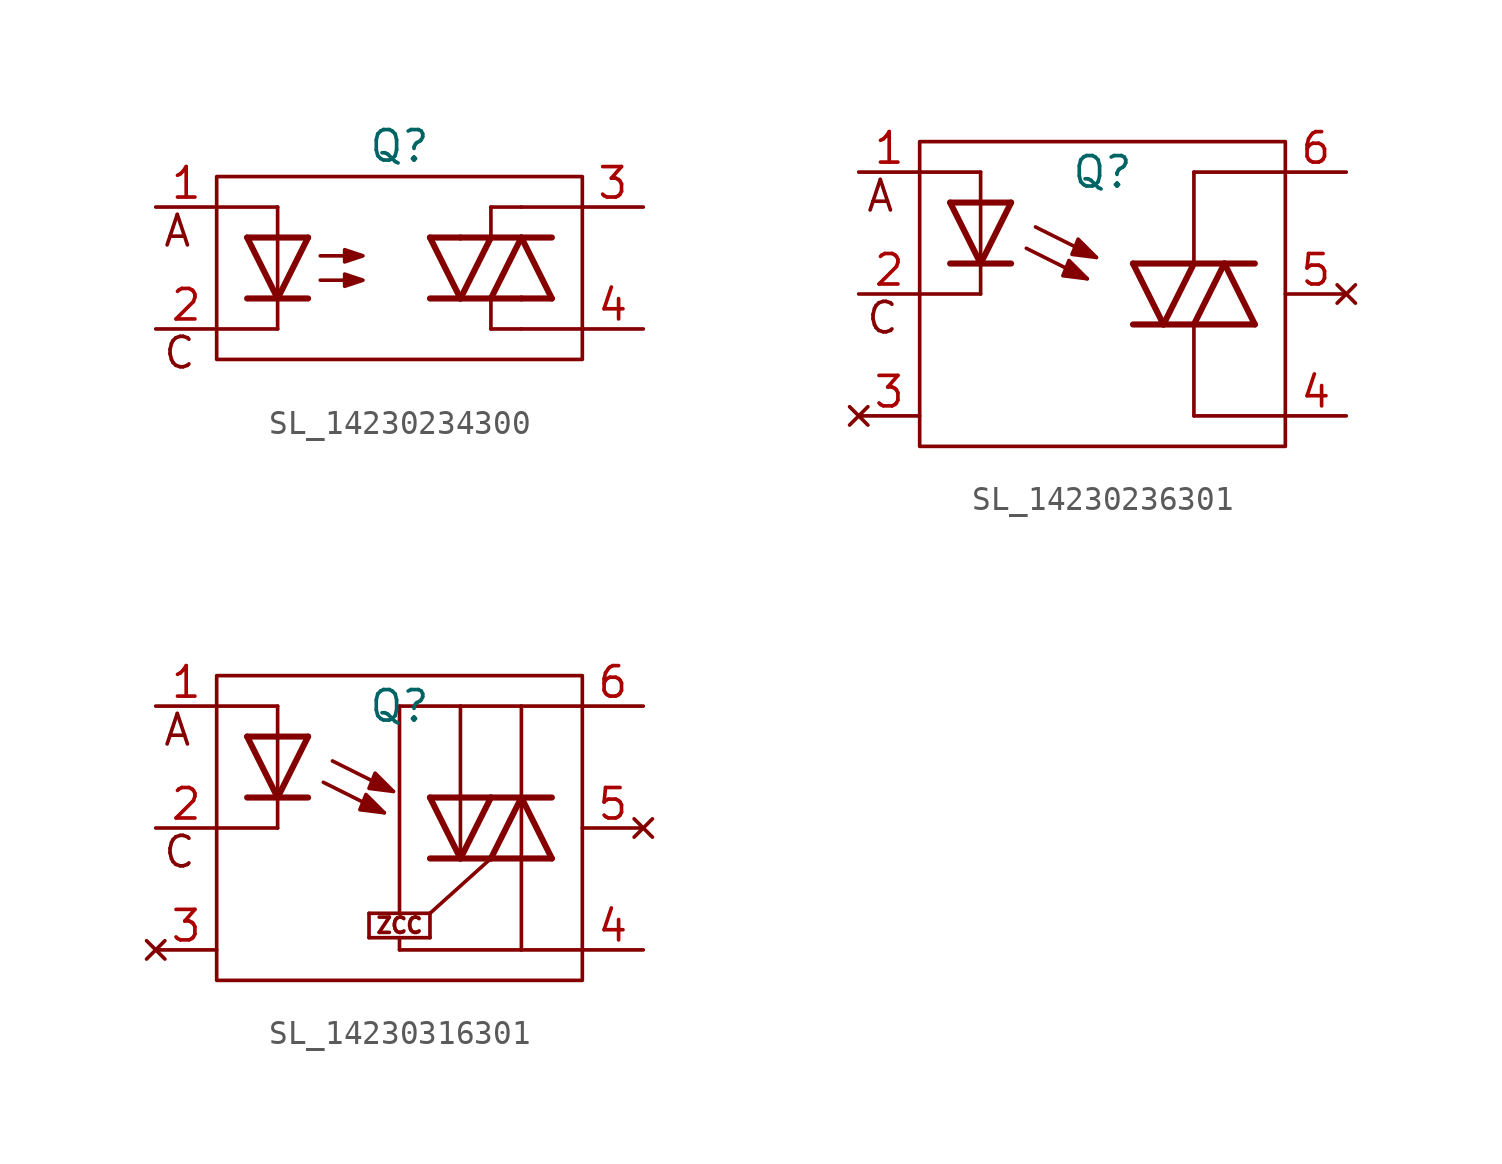
<source format=kicad_sym>
(kicad_symbol_lib
  (version 20220914)
  (generator kicad_symbol_editor)
  (symbol "SL_14230234300"
    (pin_names hide)
    (property "Reference" "Q"
      (at 0 5.08 0)
      (effects (font (size 1.27 1.27))))
    (symbol "SL_14230234300_0_0"
      (rectangle (start -7.62 3.81) (end 7.62 -3.81) (stroke (width 0) (type default)) (fill (type none)))
      (polyline (pts (xy -5.08 -2.54) (xy -7.62 -2.54)) (stroke (width 0.152) (type default)) (fill (type none)))
      (polyline (pts (xy -5.08 -1.27) (xy -6.35 -1.27)) (stroke (width 0.254) (type default)) (fill (type none)))
      (polyline (pts (xy -5.08 -1.27) (xy -6.35 1.27)) (stroke (width 0.254) (type default)) (fill (type none)))
      (polyline (pts (xy -5.08 -1.27) (xy -5.08 -2.54)) (stroke (width 0.152) (type default)) (fill (type none)))
      (polyline (pts (xy -5.08 1.27) (xy -6.35 1.27)) (stroke (width 0.254) (type default)) (fill (type none)))
      (polyline (pts (xy -5.08 1.27) (xy -5.08 -1.27)) (stroke (width 0.152) (type default)) (fill (type none)))
      (polyline (pts (xy -5.08 1.27) (xy -5.08 2.54)) (stroke (width 0.152) (type default)) (fill (type none)))
      (polyline (pts (xy -5.08 2.54) (xy -7.62 2.54)) (stroke (width 0.152) (type default)) (fill (type none)))
      (polyline (pts (xy -3.81 -1.27) (xy -5.08 -1.27)) (stroke (width 0.254) (type default)) (fill (type none)))
      (polyline (pts (xy -3.81 1.27) (xy -5.08 -1.27)) (stroke (width 0.254) (type default)) (fill (type none)))
      (polyline (pts (xy -3.81 1.27) (xy -5.08 1.27)) (stroke (width 0.254) (type default)) (fill (type none)))
      (polyline (pts (xy -3.302 -0.508) (xy -2.032 -0.508)) (stroke (width 0.152) (type default)) (fill (type none)))
      (polyline (pts (xy -3.302 0.508) (xy -2.032 0.508)) (stroke (width 0.152) (type default)) (fill (type none)))
      (polyline (pts (xy 2.54 -1.27) (xy 1.27 -1.27)) (stroke (width 0.254) (type default)) (fill (type none)))
      (polyline (pts (xy 2.54 -1.27) (xy 1.27 1.27)) (stroke (width 0.254) (type default)) (fill (type none)))
      (polyline (pts (xy 2.54 1.27) (xy 1.27 1.27)) (stroke (width 0.254) (type default)) (fill (type none)))
      (polyline (pts (xy 3.81 -2.54) (xy 5.08 -2.54)) (stroke (width 0.152) (type default)) (fill (type none)))
      (polyline (pts (xy 3.81 -1.27) (xy 2.54 -1.27)) (stroke (width 0.254) (type default)) (fill (type none)))
      (polyline (pts (xy 3.81 -1.27) (xy 3.81 -2.54)) (stroke (width 0.152) (type default)) (fill (type none)))
      (polyline (pts (xy 3.81 -1.27) (xy 5.08 -1.27)) (stroke (width 0.254) (type default)) (fill (type none)))
      (polyline (pts (xy 3.81 -1.27) (xy 5.08 1.27)) (stroke (width 0.254) (type default)) (fill (type none)))
      (polyline (pts (xy 3.81 1.27) (xy 2.54 -1.27)) (stroke (width 0.254) (type default)) (fill (type none)))
      (polyline (pts (xy 3.81 1.27) (xy 2.54 1.27)) (stroke (width 0.254) (type default)) (fill (type none)))
      (polyline (pts (xy 3.81 1.27) (xy 3.81 2.54)) (stroke (width 0.152) (type default)) (fill (type none)))
      (polyline (pts (xy 3.81 1.27) (xy 5.08 1.27)) (stroke (width 0.254) (type default)) (fill (type none)))
      (polyline (pts (xy 5.08 -1.27) (xy 6.35 -1.27)) (stroke (width 0.254) (type default)) (fill (type none)))
      (polyline (pts (xy 5.08 1.27) (xy 6.35 -1.27)) (stroke (width 0.254) (type default)) (fill (type none)))
      (polyline (pts (xy 5.08 1.27) (xy 6.35 1.27)) (stroke (width 0.254) (type default)) (fill (type none)))
      (polyline (pts (xy 5.08 2.54) (xy 3.81 2.54)) (stroke (width 0.152) (type default)) (fill (type none)))
      (polyline (pts (xy 7.62 -2.54) (xy 5.08 -2.54)) (stroke (width 0.152) (type default)) (fill (type none)))
      (polyline (pts (xy 7.62 2.54) (xy 5.08 2.54)) (stroke (width 0.152) (type default)) (fill (type none)))
      (polyline (pts (xy -2.286 -0.254) (xy -1.524 -0.508) (xy -2.286 -0.762) (xy -2.286 -0.254)) (stroke (width 0.152) (type default)) (fill (type outline)))
      (polyline (pts (xy -2.286 0.762) (xy -1.524 0.508) (xy -2.286 0.254) (xy -2.286 0.762)) (stroke (width 0.152) (type default)) (fill (type outline)))
      (text "A" (at -9.906 2.286 0) (effects (font (size 1.27 1.27)) (justify left top)))
      (text "C" (at -9.906 -2.794 0) (effects (font (size 1.27 1.27)) (justify left top))))
    (symbol "SL_14230234300_1_0"
      (pin passive line (at -10.16 2.54 0) (length 2.54) (name "Anode" (effects (font (size 1.27 1.27)))) (number "1" (effects (font (size 1.27 1.27)))))
      (pin passive line (at -10.16 -2.54 0) (length 2.54) (name "Cathode" (effects (font (size 1.27 1.27)))) (number "2" (effects (font (size 1.27 1.27)))))
      (pin passive line (at 10.16 2.54 180) (length 2.54) (name "Teminal" (effects (font (size 1.27 1.27)))) (number "3" (effects (font (size 1.27 1.27)))))
      (pin passive line (at 10.16 -2.54 180) (length 2.54) (name "Teminal" (effects (font (size 1.27 1.27)))) (number "4" (effects (font (size 1.27 1.27)))))))
  (symbol "SL_14230236301"
    (pin_names hide)
    (property "Reference" "Q"
      (at 0 5.08 0)
      (effects (font (size 1.27 1.27))))
    (symbol "SL_14230236301_0_0"
      (rectangle (start -7.62 6.35) (end 7.62 -6.35) (stroke (width 0) (type default)) (fill (type none)))
      (polyline (pts (xy -5.08 0) (xy -7.62 0)) (stroke (width 0.152) (type default)) (fill (type none)))
      (polyline (pts (xy -5.08 1.27) (xy -6.35 1.27)) (stroke (width 0.254) (type default)) (fill (type none)))
      (polyline (pts (xy -5.08 1.27) (xy -6.35 3.81)) (stroke (width 0.254) (type default)) (fill (type none)))
      (polyline (pts (xy -5.08 1.27) (xy -5.08 0)) (stroke (width 0.152) (type default)) (fill (type none)))
      (polyline (pts (xy -5.08 3.81) (xy -6.35 3.81)) (stroke (width 0.254) (type default)) (fill (type none)))
      (polyline (pts (xy -5.08 3.81) (xy -5.08 1.27)) (stroke (width 0.152) (type default)) (fill (type none)))
      (polyline (pts (xy -5.08 3.81) (xy -5.08 5.08)) (stroke (width 0.152) (type default)) (fill (type none)))
      (polyline (pts (xy -5.08 5.08) (xy -7.62 5.08)) (stroke (width 0.152) (type default)) (fill (type none)))
      (polyline (pts (xy -3.81 1.27) (xy -5.08 1.27)) (stroke (width 0.254) (type default)) (fill (type none)))
      (polyline (pts (xy -3.81 3.81) (xy -5.08 1.27)) (stroke (width 0.254) (type default)) (fill (type none)))
      (polyline (pts (xy -3.81 3.81) (xy -5.08 3.81)) (stroke (width 0.254) (type default)) (fill (type none)))
      (polyline (pts (xy -3.175 1.905) (xy -0.635 0.635)) (stroke (width 0.152) (type default)) (fill (type none)))
      (polyline (pts (xy -2.794 2.794) (xy -0.254 1.524)) (stroke (width 0.152) (type default)) (fill (type none)))
      (polyline (pts (xy 2.54 -1.27) (xy 1.27 -1.27)) (stroke (width 0.254) (type default)) (fill (type none)))
      (polyline (pts (xy 2.54 -1.27) (xy 1.27 1.27)) (stroke (width 0.254) (type default)) (fill (type none)))
      (polyline (pts (xy 3.81 -1.27) (xy 2.54 -1.27)) (stroke (width 0.254) (type default)) (fill (type none)))
      (polyline (pts (xy 3.81 -1.27) (xy 3.81 -5.08)) (stroke (width 0.152) (type default)) (fill (type none)))
      (polyline (pts (xy 3.81 -1.27) (xy 5.08 1.27)) (stroke (width 0.254) (type default)) (fill (type none)))
      (polyline (pts (xy 3.81 -1.27) (xy 6.35 -1.27)) (stroke (width 0.254) (type default)) (fill (type none)))
      (polyline (pts (xy 3.81 1.27) (xy 1.27 1.27)) (stroke (width 0.254) (type default)) (fill (type none)))
      (polyline (pts (xy 3.81 1.27) (xy 2.54 -1.27)) (stroke (width 0.254) (type default)) (fill (type none)))
      (polyline (pts (xy 3.81 1.27) (xy 3.81 5.08)) (stroke (width 0.152) (type default)) (fill (type none)))
      (polyline (pts (xy 3.81 1.27) (xy 5.08 1.27)) (stroke (width 0.254) (type default)) (fill (type none)))
      (polyline (pts (xy 5.08 1.27) (xy 6.35 -1.27)) (stroke (width 0.254) (type default)) (fill (type none)))
      (polyline (pts (xy 5.08 1.27) (xy 6.35 1.27)) (stroke (width 0.254) (type default)) (fill (type none)))
      (polyline (pts (xy 7.62 -5.08) (xy 3.81 -5.08)) (stroke (width 0.152) (type default)) (fill (type none)))
      (polyline (pts (xy 7.62 5.08) (xy 3.81 5.08)) (stroke (width 0.152) (type default)) (fill (type none)))
      (polyline (pts (xy -1.397 1.397) (xy -0.635 0.635) (xy -1.651 0.762) (xy -1.397 1.397)) (stroke (width 0.152) (type default)) (fill (type outline)))
      (polyline (pts (xy -1.016 2.286) (xy -0.254 1.524) (xy -1.27 1.651) (xy -1.016 2.286)) (stroke (width 0.152) (type default)) (fill (type outline)))
      (text "A" (at -9.906 4.826 0) (effects (font (size 1.27 1.27)) (justify left top)))
      (text "C" (at -9.906 -0.254 0) (effects (font (size 1.27 1.27)) (justify left top))))
    (symbol "SL_14230236301_1_0"
      (pin passive line (at -10.16 5.08 0) (length 2.54) (name "Anode" (effects (font (size 1.27 1.27)))) (number "1" (effects (font (size 1.27 1.27)))))
      (pin passive line (at -10.16 0 0) (length 2.54) (name "Cathode" (effects (font (size 1.27 1.27)))) (number "2" (effects (font (size 1.27 1.27)))))
      (pin no_connect line (at -10.16 -5.08 0) (length 2.54) (name "NC" (effects (font (size 1.27 1.27)))) (number "3" (effects (font (size 1.27 1.27)))))
      (pin passive line (at 10.16 -5.08 180) (length 2.54) (name "Teminal" (effects (font (size 1.27 1.27)))) (number "4" (effects (font (size 1.27 1.27)))))
      (pin no_connect line (at 10.16 0 180) (length 2.54) (name "NC" (effects (font (size 1.27 1.27)))) (number "5" (effects (font (size 1.27 1.27)))))
      (pin passive line (at 10.16 5.08 180) (length 2.54) (name "Teminal" (effects (font (size 1.27 1.27)))) (number "6" (effects (font (size 1.27 1.27)))))))
  (symbol "SL_14230316301"
    (pin_names hide)
    (property "Reference" "Q"
      (at 0 5.08 0)
      (effects (font (size 1.27 1.27))))
    (symbol "SL_14230316301_0_0"
      (rectangle (start -7.62 6.35) (end 7.62 -6.35) (stroke (width 0) (type default)) (fill (type none)))
      (polyline (pts (xy -5.08 0) (xy -7.62 0)) (stroke (width 0.152) (type default)) (fill (type none)))
      (polyline (pts (xy -5.08 1.27) (xy -6.35 1.27)) (stroke (width 0.254) (type default)) (fill (type none)))
      (polyline (pts (xy -5.08 1.27) (xy -6.35 3.81)) (stroke (width 0.254) (type default)) (fill (type none)))
      (polyline (pts (xy -5.08 1.27) (xy -5.08 0)) (stroke (width 0.152) (type default)) (fill (type none)))
      (polyline (pts (xy -5.08 3.81) (xy -6.35 3.81)) (stroke (width 0.254) (type default)) (fill (type none)))
      (polyline (pts (xy -5.08 3.81) (xy -5.08 1.27)) (stroke (width 0.152) (type default)) (fill (type none)))
      (polyline (pts (xy -5.08 3.81) (xy -5.08 5.08)) (stroke (width 0.152) (type default)) (fill (type none)))
      (polyline (pts (xy -5.08 5.08) (xy -7.62 5.08)) (stroke (width 0.152) (type default)) (fill (type none)))
      (polyline (pts (xy -3.81 1.27) (xy -5.08 1.27)) (stroke (width 0.254) (type default)) (fill (type none)))
      (polyline (pts (xy -3.81 3.81) (xy -5.08 1.27)) (stroke (width 0.254) (type default)) (fill (type none)))
      (polyline (pts (xy -3.81 3.81) (xy -5.08 3.81)) (stroke (width 0.254) (type default)) (fill (type none)))
      (polyline (pts (xy -3.175 1.905) (xy -0.635 0.635)) (stroke (width 0.152) (type default)) (fill (type none)))
      (polyline (pts (xy -2.794 2.794) (xy -0.254 1.524)) (stroke (width 0.152) (type default)) (fill (type none)))
      (polyline (pts (xy -1.27 -4.572) (xy -1.27 -3.556)) (stroke (width 0.152) (type default)) (fill (type none)))
      (polyline (pts (xy -1.27 -3.556) (xy 0 -3.556)) (stroke (width 0.152) (type default)) (fill (type none)))
      (polyline (pts (xy 0 -5.08) (xy 5.08 -5.08)) (stroke (width 0.152) (type default)) (fill (type none)))
      (polyline (pts (xy 0 -4.572) (xy -1.27 -4.572)) (stroke (width 0.152) (type default)) (fill (type none)))
      (polyline (pts (xy 0 -4.572) (xy 0 -5.08)) (stroke (width 0.152) (type default)) (fill (type none)))
      (polyline (pts (xy 0 -3.556) (xy 1.27 -3.556)) (stroke (width 0.152) (type default)) (fill (type none)))
      (polyline (pts (xy 0 5.08) (xy 0 -3.556)) (stroke (width 0.152) (type default)) (fill (type none)))
      (polyline (pts (xy 1.27 -4.572) (xy 0 -4.572)) (stroke (width 0.152) (type default)) (fill (type none)))
      (polyline (pts (xy 1.27 -3.556) (xy 1.27 -4.572)) (stroke (width 0.152) (type default)) (fill (type none)))
      (polyline (pts (xy 1.27 -3.556) (xy 3.81 -1.27)) (stroke (width 0.152) (type default)) (fill (type none)))
      (polyline (pts (xy 2.54 -1.27) (xy 1.27 -1.27)) (stroke (width 0.254) (type default)) (fill (type none)))
      (polyline (pts (xy 2.54 -1.27) (xy 1.27 1.27)) (stroke (width 0.254) (type default)) (fill (type none)))
      (polyline (pts (xy 2.54 1.27) (xy 1.27 1.27)) (stroke (width 0.254) (type default)) (fill (type none)))
      (polyline (pts (xy 2.54 1.27) (xy 2.54 -1.27)) (stroke (width 0.152) (type default)) (fill (type none)))
      (polyline (pts (xy 2.54 1.27) (xy 2.54 5.08)) (stroke (width 0.152) (type default)) (fill (type none)))
      (polyline (pts (xy 2.54 5.08) (xy 0 5.08)) (stroke (width 0.152) (type default)) (fill (type none)))
      (polyline (pts (xy 3.81 -1.27) (xy 2.54 -1.27)) (stroke (width 0.254) (type default)) (fill (type none)))
      (polyline (pts (xy 3.81 -1.27) (xy 5.08 -1.27)) (stroke (width 0.254) (type default)) (fill (type none)))
      (polyline (pts (xy 3.81 -1.27) (xy 5.08 1.27)) (stroke (width 0.254) (type default)) (fill (type none)))
      (polyline (pts (xy 3.81 1.27) (xy 2.54 -1.27)) (stroke (width 0.254) (type default)) (fill (type none)))
      (polyline (pts (xy 3.81 1.27) (xy 2.54 1.27)) (stroke (width 0.254) (type default)) (fill (type none)))
      (polyline (pts (xy 3.81 1.27) (xy 5.08 1.27)) (stroke (width 0.254) (type default)) (fill (type none)))
      (polyline (pts (xy 5.08 -1.27) (xy 5.08 -5.08)) (stroke (width 0.152) (type default)) (fill (type none)))
      (polyline (pts (xy 5.08 -1.27) (xy 5.08 1.27)) (stroke (width 0.152) (type default)) (fill (type none)))
      (polyline (pts (xy 5.08 -1.27) (xy 6.35 -1.27)) (stroke (width 0.254) (type default)) (fill (type none)))
      (polyline (pts (xy 5.08 1.27) (xy 5.08 5.08)) (stroke (width 0.152) (type default)) (fill (type none)))
      (polyline (pts (xy 5.08 1.27) (xy 6.35 -1.27)) (stroke (width 0.254) (type default)) (fill (type none)))
      (polyline (pts (xy 5.08 1.27) (xy 6.35 1.27)) (stroke (width 0.254) (type default)) (fill (type none)))
      (polyline (pts (xy 5.08 5.08) (xy 2.54 5.08)) (stroke (width 0.152) (type default)) (fill (type none)))
      (polyline (pts (xy 7.62 -5.08) (xy 5.08 -5.08)) (stroke (width 0.152) (type default)) (fill (type none)))
      (polyline (pts (xy 7.62 5.08) (xy 5.08 5.08)) (stroke (width 0.152) (type default)) (fill (type none)))
      (polyline (pts (xy -1.397 1.397) (xy -0.635 0.635) (xy -1.651 0.762) (xy -1.397 1.397)) (stroke (width 0.152) (type default)) (fill (type outline)))
      (polyline (pts (xy -1.016 2.286) (xy -0.254 1.524) (xy -1.27 1.651) (xy -1.016 2.286)) (stroke (width 0.152) (type default)) (fill (type outline)))
      (text "A" (at -9.906 4.826 0) (effects (font (size 1.27 1.27)) (justify left top)))
      (text "C" (at -9.906 -0.254 0) (effects (font (size 1.27 1.27)) (justify left top))))
    (symbol "SL_14230316301_1_0"
      (text "ZCC" (at 0 -4.064 0) (effects (font (size 0.635 0.635))))
      (pin passive line (at -10.16 5.08 0) (length 2.54) (name "Anode" (effects (font (size 1.27 1.27)))) (number "1" (effects (font (size 1.27 1.27)))))
      (pin passive line (at -10.16 0 0) (length 2.54) (name "Cathode" (effects (font (size 1.27 1.27)))) (number "2" (effects (font (size 1.27 1.27)))))
      (pin no_connect line (at -10.16 -5.08 0) (length 2.54) (name "NC" (effects (font (size 1.27 1.27)))) (number "3" (effects (font (size 1.27 1.27)))))
      (pin passive line (at 10.16 -5.08 180) (length 2.54) (name "Teminal" (effects (font (size 1.27 1.27)))) (number "4" (effects (font (size 1.27 1.27)))))
      (pin no_connect line (at 10.16 0 180) (length 2.54) (name "NC" (effects (font (size 1.27 1.27)))) (number "5" (effects (font (size 1.27 1.27)))))
      (pin passive line (at 10.16 5.08 180) (length 2.54) (name "Teminal" (effects (font (size 1.27 1.27)))) (number "6" (effects (font (size 1.27 1.27))))))))
</source>
